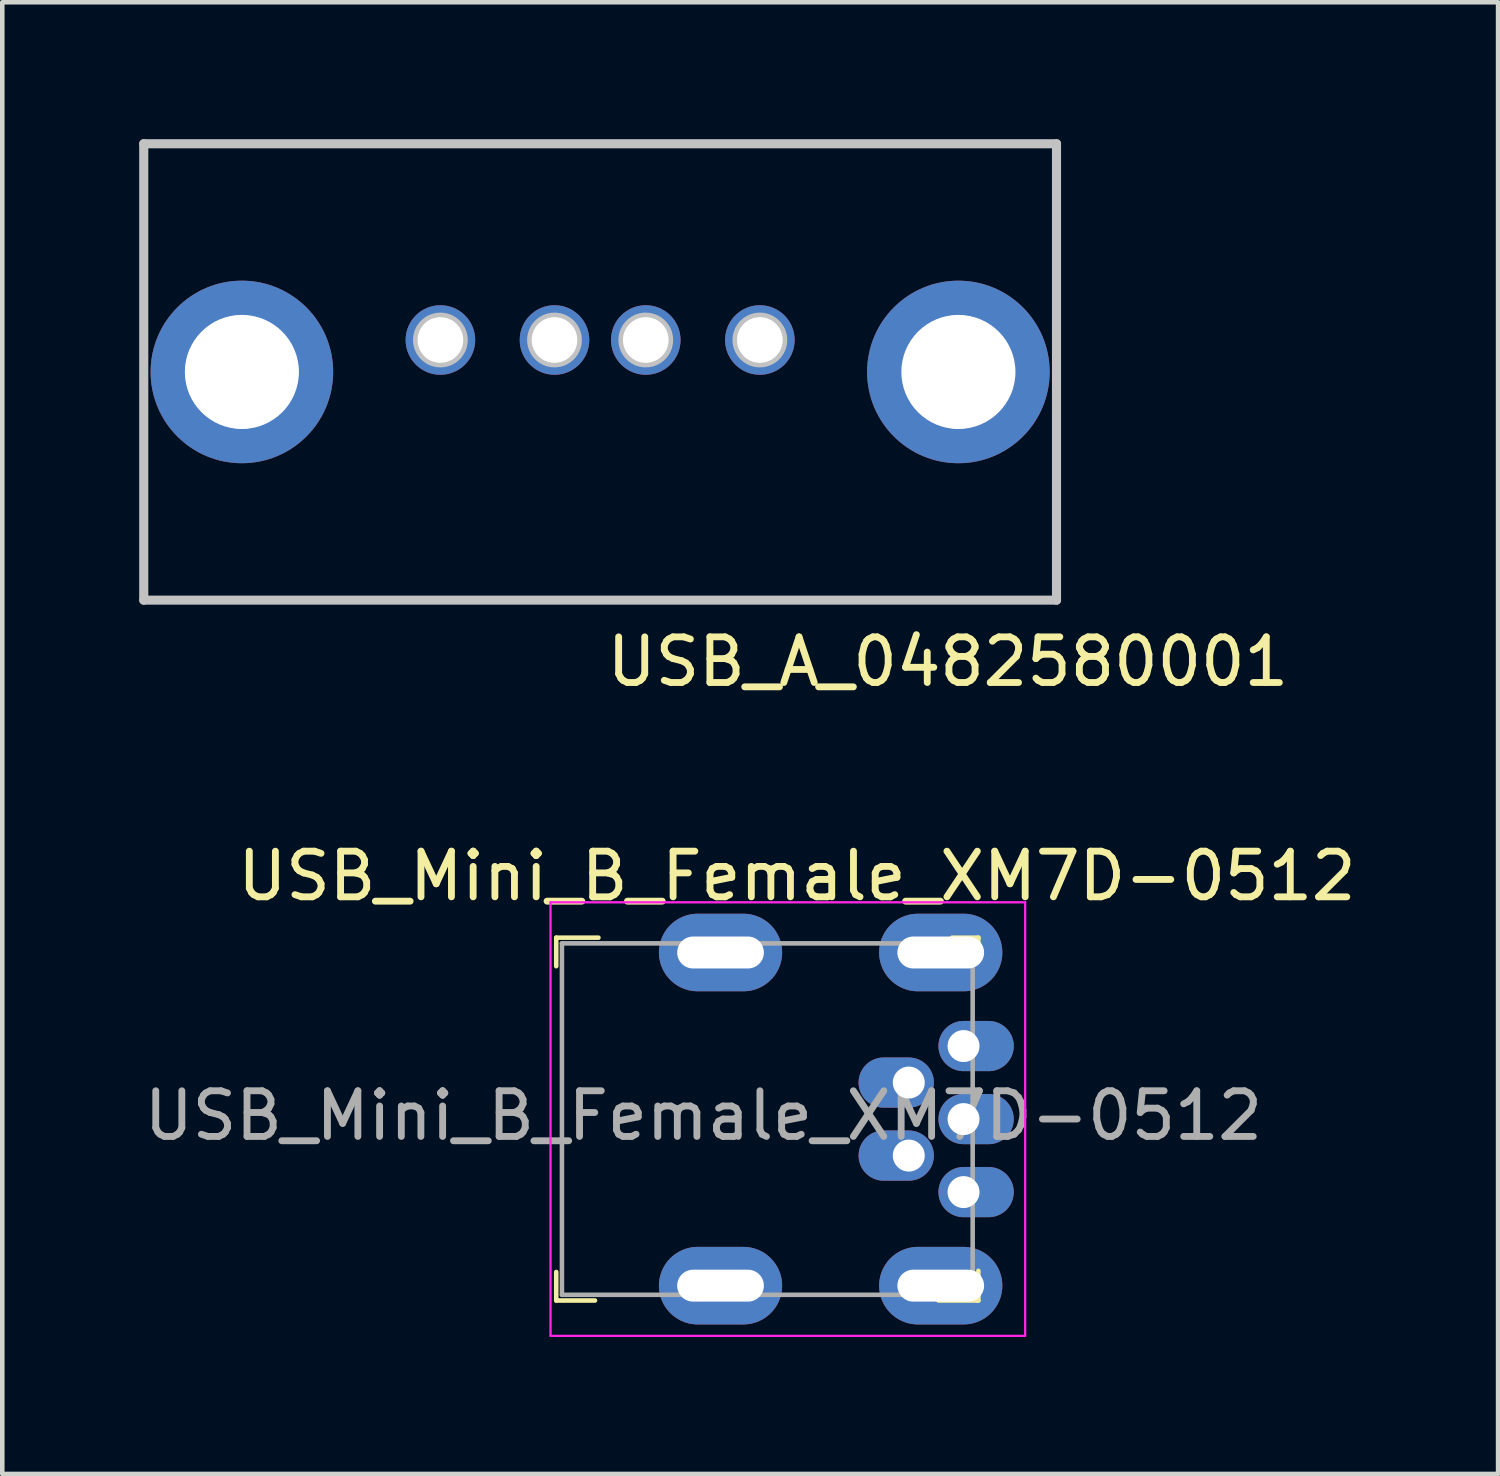
<source format=kicad_pcb>
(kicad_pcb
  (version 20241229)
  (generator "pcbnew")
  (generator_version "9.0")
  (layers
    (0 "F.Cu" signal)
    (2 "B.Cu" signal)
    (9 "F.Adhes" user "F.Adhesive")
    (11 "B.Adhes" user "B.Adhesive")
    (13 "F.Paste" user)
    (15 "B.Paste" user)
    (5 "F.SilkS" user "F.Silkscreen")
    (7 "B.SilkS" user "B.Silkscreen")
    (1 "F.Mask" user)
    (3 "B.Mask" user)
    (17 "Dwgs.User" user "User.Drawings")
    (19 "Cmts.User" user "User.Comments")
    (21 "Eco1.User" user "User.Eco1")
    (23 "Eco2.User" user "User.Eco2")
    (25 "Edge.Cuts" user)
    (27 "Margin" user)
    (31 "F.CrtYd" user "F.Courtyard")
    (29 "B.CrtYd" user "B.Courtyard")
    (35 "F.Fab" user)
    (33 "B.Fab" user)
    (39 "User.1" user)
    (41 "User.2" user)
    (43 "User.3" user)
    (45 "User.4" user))
  (footprint "USB_Mini_B_Female_XM7D-0512"
    (layer "F.Cu")
    (at 18.063 21.471)
    (property "Reference" "USB_Mini_B_Female_XM7D-0512" (at -3.65 -5.325 0) (layer "F.SilkS") (effects (font (size 1 1) (thickness 0.15))))
    (attr through_hole)
    (fp_line (start -8.925 -3.975) (end -8.925 -3.35) (stroke (width 0.1) (type solid)) (layer "F.SilkS"))
    (fp_line (start -8.925 3.975) (end -8.925 3.35) (stroke (width 0.1) (type solid)) (layer "F.SilkS"))
    (fp_line (start -8.075 3.975) (end -8.925 3.975) (stroke (width 0.1) (type solid)) (layer "F.SilkS"))
    (fp_line (start -8 -3.975) (end -8.925 -3.975) (stroke (width 0.1) (type solid)) (layer "F.SilkS"))
    (fp_line (start -0.55 3.975) (end 0.3 3.975) (stroke (width 0.1) (type solid)) (layer "F.SilkS"))
    (fp_line (start -0.25 -3.975) (end 0.325 -3.975) (stroke (width 0.1) (type solid)) (layer "F.SilkS"))
    (fp_line (start 0.325 -3.975) (end 0.325 -3.5) (stroke (width 0.1) (type solid)) (layer "F.SilkS"))
    (fp_line (start 0.325 3.325) (end 0.325 3.975) (stroke (width 0.1) (type solid)) (layer "F.SilkS"))
    (fp_line (start 0.325 3.975) (end 0.3 3.975) (stroke (width 0.1) (type solid)) (layer "F.SilkS"))
    (fp_line (start -9.05 -4.75) (end -9.05 4.75) (stroke (width 0.05) (type solid)) (layer "F.CrtYd"))
    (fp_line (start -9.05 -4.75) (end 1.35 -4.75) (stroke (width 0.05) (type solid)) (layer "F.CrtYd"))
    (fp_line (start -9.05 4.75) (end 1.35 4.75) (stroke (width 0.05) (type solid)) (layer "F.CrtYd"))
    (fp_line (start 1.35 -4.75) (end 1.35 4.75) (stroke (width 0.05) (type solid)) (layer "F.CrtYd"))
    (fp_line (start -8.8 -3.85) (end -8.8 3.85) (stroke (width 0.1) (type solid)) (layer "F.Fab"))
    (fp_line (start -8.8 -3.85) (end 0.2 -3.85) (stroke (width 0.1) (type solid)) (layer "F.Fab"))
    (fp_line (start -8.8 3.85) (end 0.2 3.85) (stroke (width 0.1) (type solid)) (layer "F.Fab"))
    (fp_line (start 0.2 -3.85) (end 0.2 3.85) (stroke (width 0.1) (type solid)) (layer "F.Fab"))
    (fp_text user "${REFERENCE}" (at -5.7 -0.075 0) (layer "F.Fab") (effects (font (size 1 1) (thickness 0.15))))
    (pad "1" thru_hole oval (at 0 1.6) (size 1.65 1.1) (drill 0.7 (offset 0.275 0)) (layers "*.Cu" "*.Mask"))
    (pad "2" thru_hole oval (at -1.2 0.8) (size 1.65 1.1) (drill 0.7 (offset -0.275 0)) (layers "*.Cu" "*.Mask"))
    (pad "3" thru_hole oval (at 0 0) (size 1.65 1.1) (drill 0.7 (offset 0.275 0)) (layers "*.Cu" "*.Mask"))
    (pad "4" thru_hole oval (at -1.2 -0.8) (size 1.65 1.1) (drill 0.7 (offset -0.275 0)) (layers "*.Cu" "*.Mask"))
    (pad "5" thru_hole oval (at 0 -1.6) (size 1.65 1.1) (drill 0.7 (offset 0.275 0)) (layers "*.Cu" "*.Mask"))
    (pad "6" thru_hole oval (at -5.325 -3.65) (size 2.7 1.7) (drill oval 1.9 0.7) (layers "*.Cu" "*.Mask"))
    (pad "6" thru_hole oval (at -5.325 3.65) (size 2.7 1.7) (drill oval 1.9 0.7) (layers "*.Cu" "*.Mask"))
    (pad "6" thru_hole oval (at -0.5 -3.65) (size 2.7 1.7) (drill oval 1.9 0.7) (layers "*.Cu" "*.Mask"))
    (pad "6" thru_hole oval (at -0.5 3.65) (size 2.7 1.7) (drill oval 1.9 0.7) (layers "*.Cu" "*.Mask")))
  (footprint "USB_A_0482580001"
    (layer "F.Cu")
    (at 10.1 5.1)
    (property "Reference" "USB_A_0482580001" (at 7.62 6.35 0) (layer "F.SilkS") (effects (font (size 1 1) (thickness 0.15))))
    (attr through_hole)
    (fp_line (start -10 -5) (end 10 -5) (stroke (width 0.2) (type solid)) (layer "Dwgs.User"))
    (fp_line (start -10 5) (end -10 -5) (stroke (width 0.2) (type solid)) (layer "Dwgs.User"))
    (fp_line (start -8.3 0.7) (end -8.3 -0.7) (stroke (width 0.2) (type solid)) (layer "Dwgs.User"))
    (fp_line (start -7.4 0.7) (end -7.4 -0.7) (stroke (width 0.2) (type solid)) (layer "Dwgs.User"))
    (fp_line (start 7.4 0.7) (end 7.4 -0.7) (stroke (width 0.2) (type solid)) (layer "Dwgs.User"))
    (fp_line (start 8.3 0.7) (end 8.3 -0.7) (stroke (width 0.2) (type solid)) (layer "Dwgs.User"))
    (fp_line (start 10 -5) (end 10 5) (stroke (width 0.2) (type solid)) (layer "Dwgs.User"))
    (fp_line (start 10 5) (end -10 5) (stroke (width 0.2) (type solid)) (layer "Dwgs.User"))
    (fp_arc (start -8.3 -0.7) (mid -7.85 -1.15) (end -7.4 -0.7) (stroke (width 0.2) (type solid)) (layer "Dwgs.User"))
    (fp_arc (start -7.4 0.7) (mid -7.85 1.15) (end -8.3 0.7) (stroke (width 0.2) (type solid)) (layer "Dwgs.User"))
    (fp_arc (start 7.4 -0.7) (mid 7.85 -1.15) (end 8.3 -0.7) (stroke (width 0.2) (type solid)) (layer "Dwgs.User"))
    (fp_arc (start 8.3 0.7) (mid 7.85 1.15) (end 7.4 0.7) (stroke (width 0.2) (type solid)) (layer "Dwgs.User"))
    (fp_circle (center -3.5 -0.7) (end -3 -0.7) (stroke (width 0.2) (type solid)) (fill no) (layer "Dwgs.User"))
    (fp_circle (center -1 -0.7) (end -0.5 -0.7) (stroke (width 0.2) (type solid)) (fill no) (layer "Dwgs.User"))
    (fp_circle (center 1 -0.7) (end 1.5 -0.7) (stroke (width 0.2) (type solid)) (fill no) (layer "Dwgs.User"))
    (fp_circle (center 3.5 -0.7) (end 4 -0.7) (stroke (width 0.2) (type solid)) (fill no) (layer "Dwgs.User"))
    (pad "1" thru_hole circle (at -3.5 -0.7) (size 1.524 1.524) (drill 1) (layers "*.Cu" "*.Mask"))
    (pad "2" thru_hole circle (at -1 -0.7 90) (size 1.524 1.524) (drill 1) (layers "*.Cu" "*.Mask"))
    (pad "3" thru_hole circle (at 1 -0.7) (size 1.524 1.524) (drill 1) (layers "*.Cu" "*.Mask"))
    (pad "4" thru_hole circle (at 3.5 -0.7) (size 1.524 1.524) (drill 1) (layers "*.Cu" "*.Mask"))
    (pad "5" thru_hole circle (at -7.85 0) (size 4 4) (drill 2.5) (layers "*.Cu" "*.Mask"))
    (pad "5" thru_hole circle (at 7.85 0) (size 4 4) (drill 2.5) (layers "*.Cu" "*.Mask")))
  (gr_rect
    (start -3 -3)
    (end 29.776 29.247)
    (stroke (width 0.1) (type default))
    (fill no)
    (layer "Edge.Cuts")))
</source>
